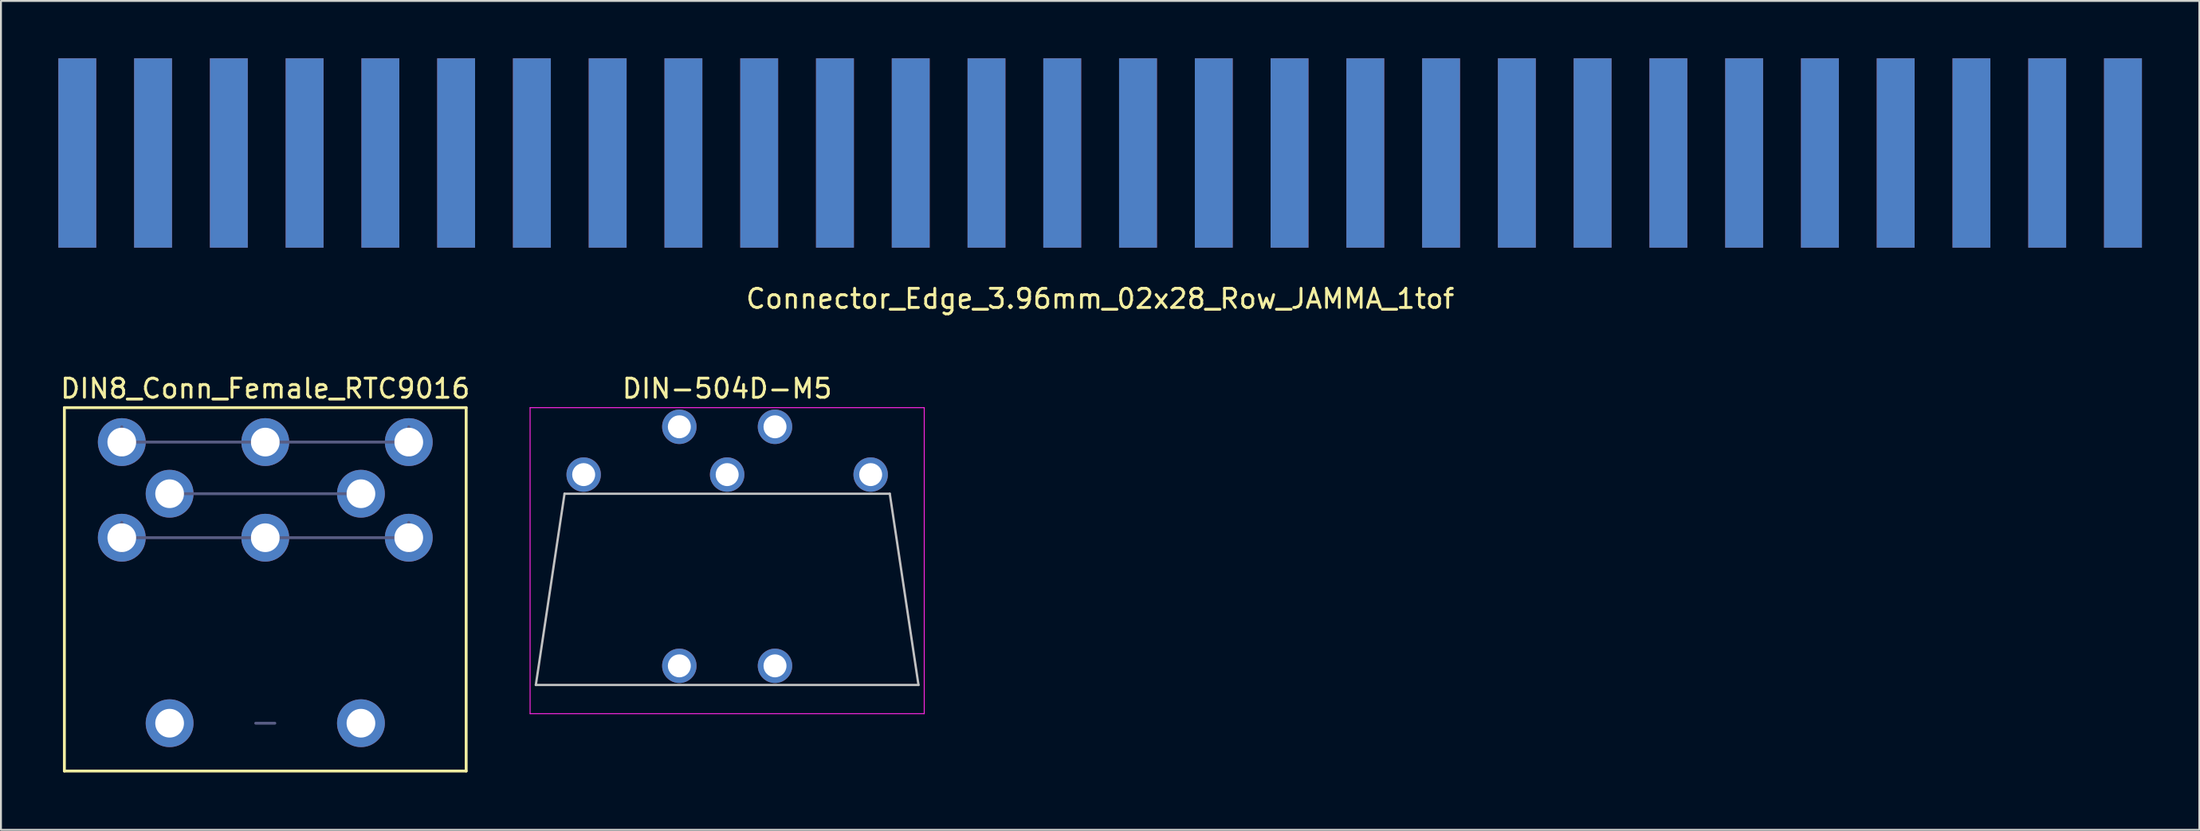
<source format=kicad_pcb>
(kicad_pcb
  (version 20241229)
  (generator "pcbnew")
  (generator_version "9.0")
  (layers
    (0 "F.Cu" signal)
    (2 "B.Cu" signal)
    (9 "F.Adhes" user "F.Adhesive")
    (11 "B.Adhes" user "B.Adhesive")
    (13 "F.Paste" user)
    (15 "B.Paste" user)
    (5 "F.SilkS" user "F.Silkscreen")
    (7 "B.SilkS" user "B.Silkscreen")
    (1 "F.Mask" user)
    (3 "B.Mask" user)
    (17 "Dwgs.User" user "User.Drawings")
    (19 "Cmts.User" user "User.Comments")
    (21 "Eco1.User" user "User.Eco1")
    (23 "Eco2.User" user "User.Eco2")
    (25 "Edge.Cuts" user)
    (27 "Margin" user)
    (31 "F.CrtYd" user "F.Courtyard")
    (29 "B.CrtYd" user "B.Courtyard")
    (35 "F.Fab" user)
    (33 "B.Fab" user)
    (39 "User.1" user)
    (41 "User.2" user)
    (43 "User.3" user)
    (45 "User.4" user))
  (footprint "DIN-504D-M5"
    (layer "F.Cu")
    (at 34.956 21.767)
    (property "Reference" "DIN-504D-M5" (at 0 -4.5 0) (unlocked yes) (layer "F.SilkS") (effects (font (size 1 1) (thickness 0.15))))
    (attr through_hole)
    (fp_line (start -10 11) (end 10 11) (stroke (width 0.12) (type default)) (layer "Dwgs.User"))
    (fp_line (start -8.5 1) (end -10 11) (stroke (width 0.12) (type default)) (layer "Dwgs.User"))
    (fp_line (start 8.5 1) (end -8.5 1) (stroke (width 0.12) (type default)) (layer "Dwgs.User"))
    (fp_line (start 8.5 1) (end 10 11) (stroke (width 0.12) (type default)) (layer "Dwgs.User"))
    (fp_line (start -10.3 -3.5) (end -10.3 12.5) (stroke (width 0.05) (type default)) (layer "F.CrtYd"))
    (fp_line (start -10.3 -3.5) (end 10.3 -3.5) (stroke (width 0.05) (type default)) (layer "F.CrtYd"))
    (fp_line (start -10.3 12.5) (end 10.3 12.5) (stroke (width 0.05) (type default)) (layer "F.CrtYd"))
    (fp_line (start 10.3 -3.5) (end 10.3 12.5) (stroke (width 0.05) (type default)) (layer "F.CrtYd"))
    (pad "" thru_hole circle (at -2.5 10) (size 1.8 1.8) (drill 1.2) (layers "*.Cu" "*.Mask"))
    (pad "" thru_hole circle (at 2.5 10) (size 1.8 1.8) (drill 1.2) (layers "*.Cu" "*.Mask"))
    (pad "1" thru_hole circle (at 7.5 0) (size 1.8 1.8) (drill 1.2) (layers "*.Cu" "*.Mask"))
    (pad "2" thru_hole circle (at 0 0) (size 1.8 1.8) (drill 1.2) (layers "*.Cu" "*.Mask"))
    (pad "3" thru_hole circle (at -7.5 0) (size 1.8 1.8) (drill 1.2) (layers "*.Cu" "*.Mask"))
    (pad "4" thru_hole circle (at 2.5 -2.5) (size 1.8 1.8) (drill 1.2) (layers "*.Cu" "*.Mask"))
    (pad "5" thru_hole circle (at -2.5 -2.5) (size 1.8 1.8) (drill 1.2) (layers "*.Cu" "*.Mask")))
  (footprint "Connector_Edge_3.96mm_02x28_Row_JAMMA_1tof"
    (layer "F.Cu")
    (at 54.45 4.95)
    (property "Reference" "Connector_Edge_3.96mm_02x28_Row_JAMMA_1tof" (at 0 7.62 0) (layer "F.SilkS") (effects (font (size 1 1) (thickness 0.15))))
    (attr through_hole)
    (pad "1" smd rect (at -53.46 0) (size 1.98 9.9) (layers "F.Cu" "F.Mask" "F.Paste"))
    (pad "2" smd rect (at -49.5 0) (size 1.98 9.9) (layers "F.Cu" "F.Mask" "F.Paste"))
    (pad "3" smd rect (at -45.54 0) (size 1.98 9.9) (layers "F.Cu" "F.Mask" "F.Paste"))
    (pad "4" smd rect (at -41.58 0) (size 1.98 9.9) (layers "F.Cu" "F.Mask" "F.Paste"))
    (pad "5" smd rect (at -37.62 0) (size 1.98 9.9) (layers "F.Cu" "F.Mask" "F.Paste"))
    (pad "6" smd rect (at -33.66 0) (size 1.98 9.9) (layers "F.Cu" "F.Mask" "F.Paste"))
    (pad "7" smd rect (at -29.7 0) (size 1.98 9.9) (layers "F.Cu" "F.Mask" "F.Paste"))
    (pad "8" smd rect (at -25.74 0) (size 1.98 9.9) (layers "F.Cu" "F.Mask" "F.Paste"))
    (pad "9" smd rect (at -21.78 0) (size 1.98 9.9) (layers "F.Cu" "F.Mask" "F.Paste"))
    (pad "10" smd rect (at -17.82 0) (size 1.98 9.9) (layers "F.Cu" "F.Mask" "F.Paste"))
    (pad "11" smd rect (at -13.86 0) (size 1.98 9.9) (layers "F.Cu" "F.Mask" "F.Paste"))
    (pad "12" smd rect (at -9.9 0) (size 1.98 9.9) (layers "F.Cu" "F.Mask" "F.Paste"))
    (pad "13" smd rect (at -5.94 0) (size 1.98 9.9) (layers "F.Cu" "F.Mask" "F.Paste"))
    (pad "14" smd rect (at -1.98 0) (size 1.98 9.9) (layers "F.Cu" "F.Mask" "F.Paste"))
    (pad "15" smd rect (at 1.98 0) (size 1.98 9.9) (layers "F.Cu" "F.Mask" "F.Paste"))
    (pad "16" smd rect (at 5.94 0) (size 1.98 9.9) (layers "F.Cu" "F.Mask" "F.Paste"))
    (pad "17" smd rect (at 9.9 0) (size 1.98 9.9) (layers "F.Cu" "F.Mask" "F.Paste"))
    (pad "18" smd rect (at 13.86 0) (size 1.98 9.9) (layers "F.Cu" "F.Mask" "F.Paste"))
    (pad "19" smd rect (at 17.82 0) (size 1.98 9.9) (layers "F.Cu" "F.Mask" "F.Paste"))
    (pad "20" smd rect (at 21.78 0) (size 1.98 9.9) (layers "F.Cu" "F.Mask" "F.Paste"))
    (pad "21" smd rect (at 25.74 0) (size 1.98 9.9) (layers "F.Cu" "F.Mask" "F.Paste"))
    (pad "22" smd rect (at 29.7 0) (size 1.98 9.9) (layers "F.Cu" "F.Mask" "F.Paste"))
    (pad "23" smd rect (at 33.66 0) (size 1.98 9.9) (layers "F.Cu" "F.Mask" "F.Paste"))
    (pad "24" smd rect (at 37.62 0) (size 1.98 9.9) (layers "F.Cu" "F.Mask" "F.Paste"))
    (pad "25" smd rect (at 41.58 0) (size 1.98 9.9) (layers "F.Cu" "F.Mask" "F.Paste"))
    (pad "26" smd rect (at 45.54 0) (size 1.98 9.9) (layers "F.Cu" "F.Mask" "F.Paste"))
    (pad "27" smd rect (at 49.5 0) (size 1.98 9.9) (layers "F.Cu" "F.Mask" "F.Paste"))
    (pad "28" smd rect (at 53.46 0) (size 1.98 9.9) (layers "F.Cu" "F.Mask" "F.Paste"))
    (pad "A" smd rect (at -53.46 0) (size 1.98 9.9) (layers "B.Cu" "B.Mask" "B.Paste"))
    (pad "B" smd rect (at -49.5 0) (size 1.98 9.9) (layers "B.Cu" "B.Mask" "B.Paste"))
    (pad "C" smd rect (at -45.54 0) (size 1.98 9.9) (layers "B.Cu" "B.Mask" "B.Paste"))
    (pad "D" smd rect (at -41.58 0) (size 1.98 9.9) (layers "B.Cu" "B.Mask" "B.Paste"))
    (pad "E" smd rect (at -37.62 0) (size 1.98 9.9) (layers "B.Cu" "B.Mask" "B.Paste"))
    (pad "F" smd rect (at -33.66 0) (size 1.98 9.9) (layers "B.Cu" "B.Mask" "B.Paste"))
    (pad "H" smd rect (at -29.7 0) (size 1.98 9.9) (layers "B.Cu" "B.Mask" "B.Paste"))
    (pad "J" smd rect (at -25.74 0) (size 1.98 9.9) (layers "B.Cu" "B.Mask" "B.Paste"))
    (pad "K" smd rect (at -21.78 0) (size 1.98 9.9) (layers "B.Cu" "B.Mask" "B.Paste"))
    (pad "L" smd rect (at -17.82 0) (size 1.98 9.9) (layers "B.Cu" "B.Mask" "B.Paste"))
    (pad "M" smd rect (at -13.86 0) (size 1.98 9.9) (layers "B.Cu" "B.Mask" "B.Paste"))
    (pad "N" smd rect (at -9.9 0) (size 1.98 9.9) (layers "B.Cu" "B.Mask" "B.Paste"))
    (pad "P" smd rect (at -5.94 0) (size 1.98 9.9) (layers "B.Cu" "B.Mask" "B.Paste"))
    (pad "R" smd rect (at -1.98 0) (size 1.98 9.9) (layers "B.Cu" "B.Mask" "B.Paste"))
    (pad "S" smd rect (at 1.98 0) (size 1.98 9.9) (layers "B.Cu" "B.Mask" "B.Paste"))
    (pad "T" smd rect (at 5.94 0) (size 1.98 9.9) (layers "B.Cu" "B.Mask" "B.Paste"))
    (pad "U" smd rect (at 9.9 0) (size 1.98 9.9) (layers "B.Cu" "B.Mask" "B.Paste"))
    (pad "V" smd rect (at 13.86 0) (size 1.98 9.9) (layers "B.Cu" "B.Mask" "B.Paste"))
    (pad "W" smd rect (at 17.82 0) (size 1.98 9.9) (layers "B.Cu" "B.Mask" "B.Paste"))
    (pad "X" smd rect (at 21.78 0) (size 1.98 9.9) (layers "B.Cu" "B.Mask" "B.Paste"))
    (pad "Y" smd rect (at 25.74 0) (size 1.98 9.9) (layers "B.Cu" "B.Mask" "B.Paste"))
    (pad "Z" smd rect (at 29.7 0) (size 1.98 9.9) (layers "B.Cu" "B.Mask" "B.Paste"))
    (pad "a" smd rect (at 33.66 0) (size 1.98 9.9) (layers "B.Cu" "B.Mask" "B.Paste"))
    (pad "b" smd rect (at 37.62 0) (size 1.98 9.9) (layers "B.Cu" "B.Mask" "B.Paste"))
    (pad "c" smd rect (at 41.58 0) (size 1.98 9.9) (layers "B.Cu" "B.Mask" "B.Paste"))
    (pad "d" smd rect (at 45.54 0) (size 1.98 9.9) (layers "B.Cu" "B.Mask" "B.Paste"))
    (pad "e" smd rect (at 49.5 0) (size 1.98 9.9) (layers "B.Cu" "B.Mask" "B.Paste"))
    (pad "f" smd rect (at 53.46 0) (size 1.98 9.9) (layers "B.Cu" "B.Mask" "B.Paste")))
  (footprint "DIN8_Conn_Female_RTC9016"
    (layer "F.Cu")
    (at 10.815 32.267)
    (property "Reference" "DIN8_Conn_Female_RTC9016" (at 0 -15 0) (layer "F.SilkS") (effects (font (size 1 1) (thickness 0.15))))
    (attr through_hole)
    (fp_line (start -10.5 -14) (end 10.5 -14) (stroke (width 0.15) (type solid)) (layer "F.SilkS"))
    (fp_line (start -10.5 5) (end -10.5 -14) (stroke (width 0.15) (type solid)) (layer "F.SilkS"))
    (fp_line (start -10.5 5) (end 10.5 5) (stroke (width 0.15) (type solid)) (layer "F.SilkS"))
    (fp_line (start 10.5 -14) (end 10.5 5) (stroke (width 0.15) (type solid)) (layer "F.SilkS"))
    (fp_line (start -8 -12.2) (end 8 -12.2) (stroke (width 0.15) (type solid)) (layer "B.Fab"))
    (fp_line (start -8 -7.2) (end 8 -7.2) (stroke (width 0.15) (type solid)) (layer "B.Fab"))
    (fp_line (start -7.5 -11.5) (end -7.5 -13) (stroke (width 0.15) (type solid)) (layer "B.Fab"))
    (fp_line (start -7.5 -8) (end -7.5 -6.5) (stroke (width 0.15) (type solid)) (layer "B.Fab"))
    (fp_line (start -5.5 -9.5) (end 5.5 -9.5) (stroke (width 0.15) (type solid)) (layer "B.Fab"))
    (fp_line (start -5 -10) (end -5 -9) (stroke (width 0.15) (type solid)) (layer "B.Fab"))
    (fp_line (start -5 2) (end -5 3) (stroke (width 0.15) (type solid)) (layer "B.Fab"))
    (fp_line (start -4.5 2.5) (end -5.5 2.5) (stroke (width 0.15) (type solid)) (layer "B.Fab"))
    (fp_line (start -0.5 2.5) (end 0.5 2.5) (stroke (width 0.15) (type solid)) (layer "B.Fab"))
    (fp_line (start 4.5 2.5) (end 5.5 2.5) (stroke (width 0.15) (type solid)) (layer "B.Fab"))
    (fp_line (start 5 -10) (end 5 -9) (stroke (width 0.15) (type solid)) (layer "B.Fab"))
    (fp_line (start 5 2) (end 5 3) (stroke (width 0.15) (type solid)) (layer "B.Fab"))
    (fp_line (start 7.5 -13) (end 7.5 -11.5) (stroke (width 0.15) (type solid)) (layer "B.Fab"))
    (fp_line (start 7.5 -6.5) (end 7.5 -8) (stroke (width 0.15) (type solid)) (layer "B.Fab"))
    (pad "" thru_hole circle (at -5 2.5) (size 2.5 2.5) (drill 1.5) (layers "*.Cu" "*.Mask"))
    (pad "" thru_hole circle (at 5 2.5) (size 2.5 2.5) (drill 1.5) (layers "*.Cu" "*.Mask"))
    (pad "1" thru_hole circle (at 7.5 -7.2) (size 2.5 2.5) (drill 1.5) (layers "*.Cu" "*.Mask"))
    (pad "2" thru_hole circle (at 0 -7.2) (size 2.5 2.5) (drill 1.5) (layers "*.Cu" "*.Mask"))
    (pad "3" thru_hole circle (at -7.5 -7.2) (size 2.5 2.5) (drill 1.5) (layers "*.Cu" "*.Mask"))
    (pad "4" thru_hole circle (at 5 -9.5) (size 2.5 2.5) (drill 1.5) (layers "*.Cu" "*.Mask"))
    (pad "5" thru_hole circle (at -5 -9.5) (size 2.5 2.5) (drill 1.5) (layers "*.Cu" "*.Mask"))
    (pad "6" thru_hole circle (at 7.5 -12.2) (size 2.5 2.5) (drill 1.5) (layers "*.Cu" "*.Mask"))
    (pad "7" thru_hole circle (at -7.5 -12.2) (size 2.5 2.5) (drill 1.5) (layers "*.Cu" "*.Mask"))
    (pad "8" thru_hole circle (at 0 -12.2) (size 2.5 2.5) (drill 1.5) (layers "*.Cu" "*.Mask")))
  (gr_rect
    (start -3 -3)
    (end 111.9 40.342)
    (stroke (width 0.1) (type default))
    (fill no)
    (layer "Edge.Cuts")))
</source>
